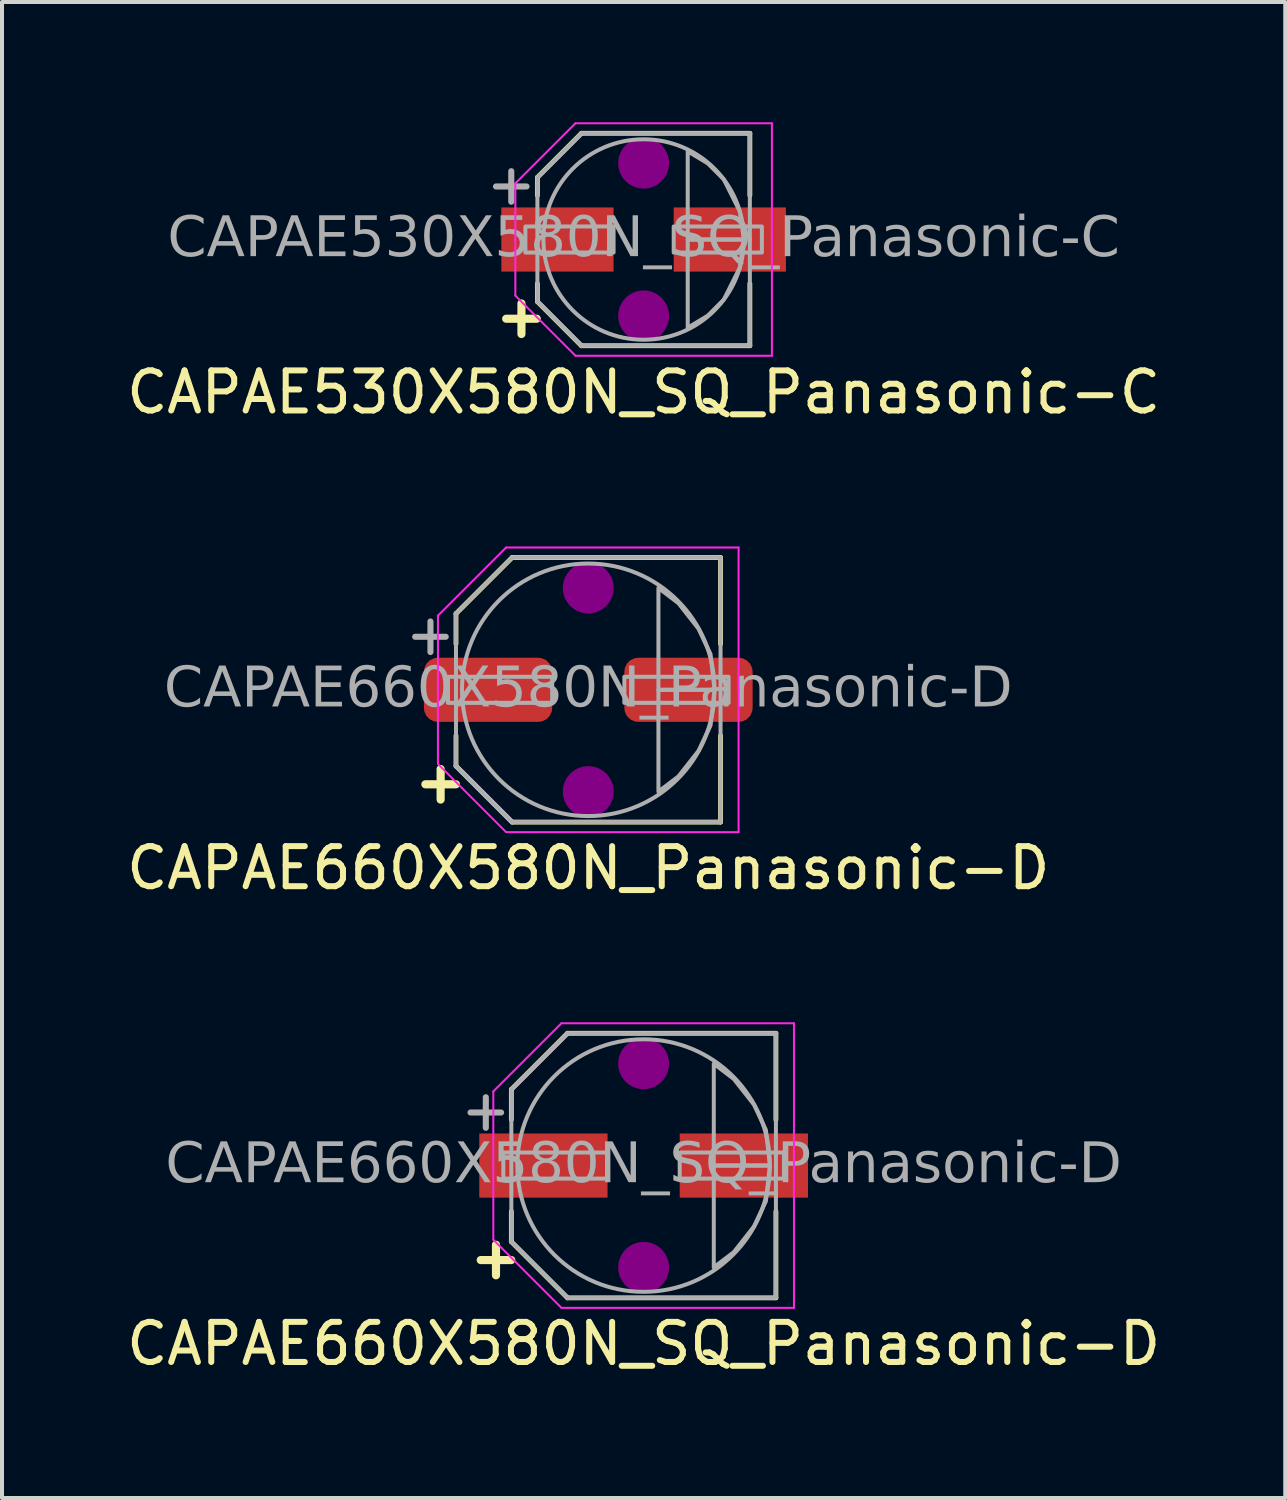
<source format=kicad_pcb>
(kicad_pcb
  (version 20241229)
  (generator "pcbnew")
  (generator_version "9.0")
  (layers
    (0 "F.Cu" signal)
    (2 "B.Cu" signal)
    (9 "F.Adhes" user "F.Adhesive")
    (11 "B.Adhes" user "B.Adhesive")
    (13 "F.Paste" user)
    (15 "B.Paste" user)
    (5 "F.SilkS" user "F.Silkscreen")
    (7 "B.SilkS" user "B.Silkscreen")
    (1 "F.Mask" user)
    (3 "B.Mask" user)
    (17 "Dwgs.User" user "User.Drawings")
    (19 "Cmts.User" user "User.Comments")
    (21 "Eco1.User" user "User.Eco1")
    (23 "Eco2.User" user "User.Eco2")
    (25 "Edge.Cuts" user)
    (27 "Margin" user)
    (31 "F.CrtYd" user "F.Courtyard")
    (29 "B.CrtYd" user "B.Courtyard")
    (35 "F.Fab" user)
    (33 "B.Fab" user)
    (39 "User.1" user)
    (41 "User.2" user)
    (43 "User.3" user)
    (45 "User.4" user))
  (footprint "CAPAE530X580N_SQ_Panasonic-C"
    (layer "F.Cu")
    (at 13.006 2.925)
    (property "Reference" "CAPAE530X580N_SQ_Panasonic-C" (at 0 3.81 0) (layer "F.SilkS") (effects (font (size 1 1) (thickness 0.15))))
    (attr smd)
    (fp_line (start -2.65 -1.55) (end -1.551 -2.65) (stroke (width 0.12) (type default)) (layer "F.SilkS"))
    (fp_line (start -2.65 -1.1) (end -2.65 -1.55) (stroke (width 0.12) (type default)) (layer "F.SilkS"))
    (fp_line (start -2.65 1.1) (end -2.65 1.55) (stroke (width 0.12) (type default)) (layer "F.SilkS"))
    (fp_line (start -2.65 1.55) (end -1.551 2.65) (stroke (width 0.12) (type default)) (layer "F.SilkS"))
    (fp_line (start -1.551 -2.65) (end 2.65 -2.65) (stroke (width 0.12) (type solid)) (layer "F.SilkS"))
    (fp_line (start -1.551 2.65) (end 2.65 2.65) (stroke (width 0.12) (type solid)) (layer "F.SilkS"))
    (fp_line (start 2.65 -1.1) (end 2.65 -2.65) (stroke (width 0.12) (type solid)) (layer "F.SilkS"))
    (fp_line (start 2.65 1.1) (end 2.65 2.65) (stroke (width 0.12) (type solid)) (layer "F.SilkS"))
    (fp_circle (center 0 -1.905) (end 0.635 -1.905) (stroke (width 0) (type solid)) (fill yes) (layer "F.Adhes"))
    (fp_circle (center 0 1.905) (end 0.635 1.905) (stroke (width 0) (type solid)) (fill yes) (layer "F.Adhes"))
    (fp_line (start -3.2 -1.4) (end -3.2 0) (stroke (width 0.05) (type solid)) (layer "F.CrtYd"))
    (fp_line (start -3.2 -1.4) (end -1.7 -2.9) (stroke (width 0.05) (type solid)) (layer "F.CrtYd"))
    (fp_line (start -3.2 1.4) (end -3.2 0) (stroke (width 0.05) (type solid)) (layer "F.CrtYd"))
    (fp_line (start -3.2 1.4) (end -1.7 2.9) (stroke (width 0.05) (type solid)) (layer "F.CrtYd"))
    (fp_line (start -1.7 -2.9) (end 3.2 -2.9) (stroke (width 0.05) (type solid)) (layer "F.CrtYd"))
    (fp_line (start -1.7 2.9) (end 3.2 2.9) (stroke (width 0.05) (type solid)) (layer "F.CrtYd"))
    (fp_line (start 3.2 -2.9) (end 3.2 0) (stroke (width 0.05) (type solid)) (layer "F.CrtYd"))
    (fp_line (start 3.2 2.9) (end 3.2 0) (stroke (width 0.05) (type solid)) (layer "F.CrtYd"))
    (fp_line (start -2.65 -1.55) (end -1.55 -2.65) (stroke (width 0.1) (type default)) (layer "F.Fab"))
    (fp_line (start -2.65 0) (end -2.65 -1.55) (stroke (width 0.1) (type solid)) (layer "F.Fab"))
    (fp_line (start -2.65 0) (end -2.65 1.55) (stroke (width 0.1) (type solid)) (layer "F.Fab"))
    (fp_line (start -2.65 1.55) (end -1.55 2.65) (stroke (width 0.1) (type default)) (layer "F.Fab"))
    (fp_line (start -1.55 -2.65) (end 2.65 -2.65) (stroke (width 0.1) (type solid)) (layer "F.Fab"))
    (fp_line (start -1.55 2.65) (end 2.65 2.65) (stroke (width 0.1) (type solid)) (layer "F.Fab"))
    (fp_line (start 2.65 0) (end 2.65 -2.65) (stroke (width 0.1) (type solid)) (layer "F.Fab"))
    (fp_line (start 2.65 0) (end 2.65 2.65) (stroke (width 0.1) (type solid)) (layer "F.Fab"))
    (fp_rect (start -2.95 0.325) (end -0.75 -0.325) (stroke (width 0.1) (type solid)) (fill no) (layer "F.Fab"))
    (fp_rect (start 2.95 0.325) (end 0.75 -0.325) (stroke (width 0.1) (type solid)) (fill no) (layer "F.Fab"))
    (fp_circle (center 0 0) (end 2.5 0) (stroke (width 0.1) (type default)) (fill no) (layer "F.Fab"))
    (fp_poly (pts (xy 1.1 -2.2) (xy 1.6 -1.9) (xy 2 -1.5) (xy 2.4 -0.7) (xy 2.5 0) (xy 1.1 0)) (stroke (width 0.1) (type solid)) (fill no) (layer "F.Fab"))
    (fp_poly (pts (xy 1.1 2.2) (xy 1.6 1.9) (xy 2 1.5) (xy 2.4 0.7) (xy 2.5 0) (xy 1.1 0)) (stroke (width 0.1) (type solid)) (fill no) (layer "F.Fab"))
    (fp_text user "+" (at -3.048 1.905 0) (unlocked yes) (layer "F.SilkS") (effects (font (size 1 1) (thickness 0.203) (bold yes))))
    (fp_text user "+" (at -3.302 -1.397 0) (unlocked yes) (layer "F.Fab") (effects (font (size 1 1) (thickness 0.152))))
    (fp_text user "${REFERENCE}" (at 0 0 0) (layer "F.Fab") (effects (font (face "Tahoma") (size 1 1) (thickness 0.15))))
    (pad "1" smd rect (at -2.15 0) (size 2.8 1.6) (layers "F.Cu" "F.Mask" "F.Paste"))
    (pad "2" smd rect (at 2.15 0) (size 2.8 1.6) (layers "F.Cu" "F.Mask" "F.Paste")))
  (footprint "CAPAE660X580N_Panasonic-D"
    (layer "F.Cu")
    (at 11.625 14.158)
    (property "Reference" "CAPAE660X580N_Panasonic-D" (at 0 4.445 0) (layer "F.SilkS") (effects (font (size 1 1) (thickness 0.15))))
    (attr smd)
    (fp_line (start -3.3 -1.9) (end -1.9 -3.3) (stroke (width 0.12) (type default)) (layer "F.SilkS"))
    (fp_line (start -3.3 -1.143) (end -3.3 -1.9) (stroke (width 0.12) (type default)) (layer "F.SilkS"))
    (fp_line (start -3.3 1.9) (end -3.3 1.143) (stroke (width 0.12) (type default)) (layer "F.SilkS"))
    (fp_line (start -3.3 1.9) (end -1.9 3.3) (stroke (width 0.12) (type default)) (layer "F.SilkS"))
    (fp_line (start -1.9 -3.3) (end 3.3 -3.3) (stroke (width 0.12) (type solid)) (layer "F.SilkS"))
    (fp_line (start -1.9 3.3) (end 3.3 3.3) (stroke (width 0.12) (type solid)) (layer "F.SilkS"))
    (fp_line (start 3.3 -1.143) (end 3.3 -3.3) (stroke (width 0.12) (type solid)) (layer "F.SilkS"))
    (fp_line (start 3.3 3.3) (end 3.3 1.143) (stroke (width 0.12) (type solid)) (layer "F.SilkS"))
    (fp_circle (center 0 -2.54) (end 0.635 -2.54) (stroke (width 0) (type solid)) (fill yes) (layer "F.Adhes"))
    (fp_circle (center 0 2.54) (end 0.635 2.54) (stroke (width 0) (type solid)) (fill yes) (layer "F.Adhes"))
    (fp_line (start -3.75 -1.85) (end -3.75 0) (stroke (width 0.05) (type solid)) (layer "F.CrtYd"))
    (fp_line (start -3.75 -1.85) (end -2.05 -3.55) (stroke (width 0.05) (type solid)) (layer "F.CrtYd"))
    (fp_line (start -3.75 1.85) (end -3.75 0) (stroke (width 0.05) (type solid)) (layer "F.CrtYd"))
    (fp_line (start -3.75 1.85) (end -2.05 3.55) (stroke (width 0.05) (type solid)) (layer "F.CrtYd"))
    (fp_line (start -2.05 -3.55) (end 3.75 -3.55) (stroke (width 0.05) (type solid)) (layer "F.CrtYd"))
    (fp_line (start -2.05 3.55) (end 3.75 3.55) (stroke (width 0.05) (type solid)) (layer "F.CrtYd"))
    (fp_line (start 3.75 -3.55) (end 3.75 0) (stroke (width 0.05) (type solid)) (layer "F.CrtYd"))
    (fp_line (start 3.75 3.55) (end 3.75 0) (stroke (width 0.05) (type solid)) (layer "F.CrtYd"))
    (fp_line (start -3.3 -1.9) (end -3.3 1.9) (stroke (width 0.1) (type solid)) (layer "F.Fab"))
    (fp_line (start -3.3 -1.9) (end -1.9 -3.3) (stroke (width 0.1) (type default)) (layer "F.Fab"))
    (fp_line (start -3.3 1.9) (end -1.9 3.3) (stroke (width 0.1) (type default)) (layer "F.Fab"))
    (fp_line (start -1.9 -3.3) (end 3.3 -3.3) (stroke (width 0.1) (type solid)) (layer "F.Fab"))
    (fp_line (start -1.9 3.3) (end 3.3 3.3) (stroke (width 0.1) (type solid)) (layer "F.Fab"))
    (fp_line (start 3.3 -3.3) (end 3.3 3.3) (stroke (width 0.1) (type solid)) (layer "F.Fab"))
    (fp_rect (start -3.5 0.325) (end -0.9 -0.325) (stroke (width 0.1) (type solid)) (fill no) (layer "F.Fab"))
    (fp_rect (start 3.5 0.325) (end 0.9 -0.325) (stroke (width 0.1) (type solid)) (fill no) (layer "F.Fab"))
    (fp_circle (center 0 0) (end 3.15 0) (stroke (width 0.1) (type default)) (fill no) (layer "F.Fab"))
    (fp_poly (pts (xy 1.75 -2.54) (xy 2.25 -2.159) (xy 2.75 -1.524) (xy 3.05 -0.889) (xy 3.15 0) (xy 1.75 0)) (stroke (width 0.1) (type solid)) (fill no) (layer "F.Fab"))
    (fp_poly (pts (xy 1.75 2.54) (xy 2.25 2.159) (xy 2.75 1.524) (xy 3.05 0.889) (xy 3.15 0) (xy 1.75 0)) (stroke (width 0.1) (type solid)) (fill no) (layer "F.Fab"))
    (fp_text user "+" (at -3.683 2.286 0) (unlocked yes) (layer "F.SilkS") (effects (font (size 1 1) (thickness 0.203) (bold yes))))
    (fp_text user "+" (at -3.937 -1.397 0) (unlocked yes) (layer "F.Fab") (effects (font (size 1 1) (thickness 0.152))))
    (fp_text user "${REFERENCE}" (at 0 0 0) (layer "F.Fab") (effects (font (face "Tahoma") (size 1 1) (thickness 0.15))))
    (pad "1" smd roundrect (at -2.5 0) (size 3.2 1.6) (layers "F.Cu" "F.Mask" "F.Paste") (roundrect_rratio 0.217))
    (pad "2" smd roundrect (at 2.5 0) (size 3.2 1.6) (layers "F.Cu" "F.Mask" "F.Paste") (roundrect_rratio 0.217)))
  (footprint "CAPAE660X580N_SQ_Panasonic-D"
    (layer "F.Cu")
    (at 13.006 26.026)
    (property "Reference" "CAPAE660X580N_SQ_Panasonic-D" (at 0 4.445 0) (layer "F.SilkS") (effects (font (size 1 1) (thickness 0.15))))
    (attr smd)
    (fp_line (start -3.3 -1.9) (end -1.9 -3.3) (stroke (width 0.12) (type default)) (layer "F.SilkS"))
    (fp_line (start -3.3 -1.143) (end -3.3 -1.9) (stroke (width 0.12) (type default)) (layer "F.SilkS"))
    (fp_line (start -3.3 1.9) (end -3.3 1.143) (stroke (width 0.12) (type default)) (layer "F.SilkS"))
    (fp_line (start -3.3 1.9) (end -1.9 3.3) (stroke (width 0.12) (type default)) (layer "F.SilkS"))
    (fp_line (start -1.9 -3.3) (end 3.3 -3.3) (stroke (width 0.12) (type solid)) (layer "F.SilkS"))
    (fp_line (start -1.9 3.3) (end 3.3 3.3) (stroke (width 0.12) (type solid)) (layer "F.SilkS"))
    (fp_line (start 3.3 -1.143) (end 3.3 -3.3) (stroke (width 0.12) (type solid)) (layer "F.SilkS"))
    (fp_line (start 3.3 3.3) (end 3.3 1.143) (stroke (width 0.12) (type solid)) (layer "F.SilkS"))
    (fp_circle (center 0 -2.54) (end 0.635 -2.54) (stroke (width 0) (type solid)) (fill yes) (layer "F.Adhes"))
    (fp_circle (center 0 2.54) (end 0.635 2.54) (stroke (width 0) (type solid)) (fill yes) (layer "F.Adhes"))
    (fp_line (start -3.75 -1.85) (end -3.75 0) (stroke (width 0.05) (type solid)) (layer "F.CrtYd"))
    (fp_line (start -3.75 -1.85) (end -2.05 -3.55) (stroke (width 0.05) (type solid)) (layer "F.CrtYd"))
    (fp_line (start -3.75 1.85) (end -3.75 0) (stroke (width 0.05) (type solid)) (layer "F.CrtYd"))
    (fp_line (start -3.75 1.85) (end -2.05 3.55) (stroke (width 0.05) (type solid)) (layer "F.CrtYd"))
    (fp_line (start -2.05 -3.55) (end 3.75 -3.55) (stroke (width 0.05) (type solid)) (layer "F.CrtYd"))
    (fp_line (start -2.05 3.55) (end 3.75 3.55) (stroke (width 0.05) (type solid)) (layer "F.CrtYd"))
    (fp_line (start 3.75 -3.55) (end 3.75 0) (stroke (width 0.05) (type solid)) (layer "F.CrtYd"))
    (fp_line (start 3.75 3.55) (end 3.75 0) (stroke (width 0.05) (type solid)) (layer "F.CrtYd"))
    (fp_line (start -3.3 -1.9) (end -3.3 1.9) (stroke (width 0.1) (type solid)) (layer "F.Fab"))
    (fp_line (start -3.3 -1.9) (end -1.9 -3.3) (stroke (width 0.1) (type default)) (layer "F.Fab"))
    (fp_line (start -3.3 1.9) (end -1.9 3.3) (stroke (width 0.1) (type default)) (layer "F.Fab"))
    (fp_line (start -1.9 -3.3) (end 3.3 -3.3) (stroke (width 0.1) (type solid)) (layer "F.Fab"))
    (fp_line (start -1.9 3.3) (end 3.3 3.3) (stroke (width 0.1) (type solid)) (layer "F.Fab"))
    (fp_line (start 3.3 -3.3) (end 3.3 3.3) (stroke (width 0.1) (type solid)) (layer "F.Fab"))
    (fp_rect (start -3.5 0.325) (end -0.9 -0.325) (stroke (width 0.1) (type solid)) (fill no) (layer "F.Fab"))
    (fp_rect (start 3.5 0.325) (end 0.9 -0.325) (stroke (width 0.1) (type solid)) (fill no) (layer "F.Fab"))
    (fp_circle (center 0 0) (end 3.15 0) (stroke (width 0.1) (type default)) (fill no) (layer "F.Fab"))
    (fp_poly (pts (xy 1.75 -2.54) (xy 2.25 -2.159) (xy 2.75 -1.524) (xy 3.05 -0.889) (xy 3.15 0) (xy 1.75 0)) (stroke (width 0.1) (type solid)) (fill no) (layer "F.Fab"))
    (fp_poly (pts (xy 1.75 2.54) (xy 2.25 2.159) (xy 2.75 1.524) (xy 3.05 0.889) (xy 3.15 0) (xy 1.75 0)) (stroke (width 0.1) (type solid)) (fill no) (layer "F.Fab"))
    (fp_text user "+" (at -3.683 2.286 0) (unlocked yes) (layer "F.SilkS") (effects (font (size 1 1) (thickness 0.203) (bold yes))))
    (fp_text user "${REFERENCE}" (at 0 0 0) (layer "F.Fab") (effects (font (face "Tahoma") (size 1 1) (thickness 0.15))))
    (fp_text user "+" (at -3.937 -1.397 0) (unlocked yes) (layer "F.Fab") (effects (font (size 1 1) (thickness 0.152))))
    (pad "1" smd rect (at -2.5 0) (size 3.2 1.6) (layers "F.Cu" "F.Mask" "F.Paste"))
    (pad "2" smd rect (at 2.5 0) (size 3.2 1.6) (layers "F.Cu" "F.Mask" "F.Paste")))
  (gr_rect
    (start -3 -3)
    (end 29.012 34.32)
    (stroke (width 0.1) (type default))
    (fill no)
    (layer "Edge.Cuts")))
</source>
